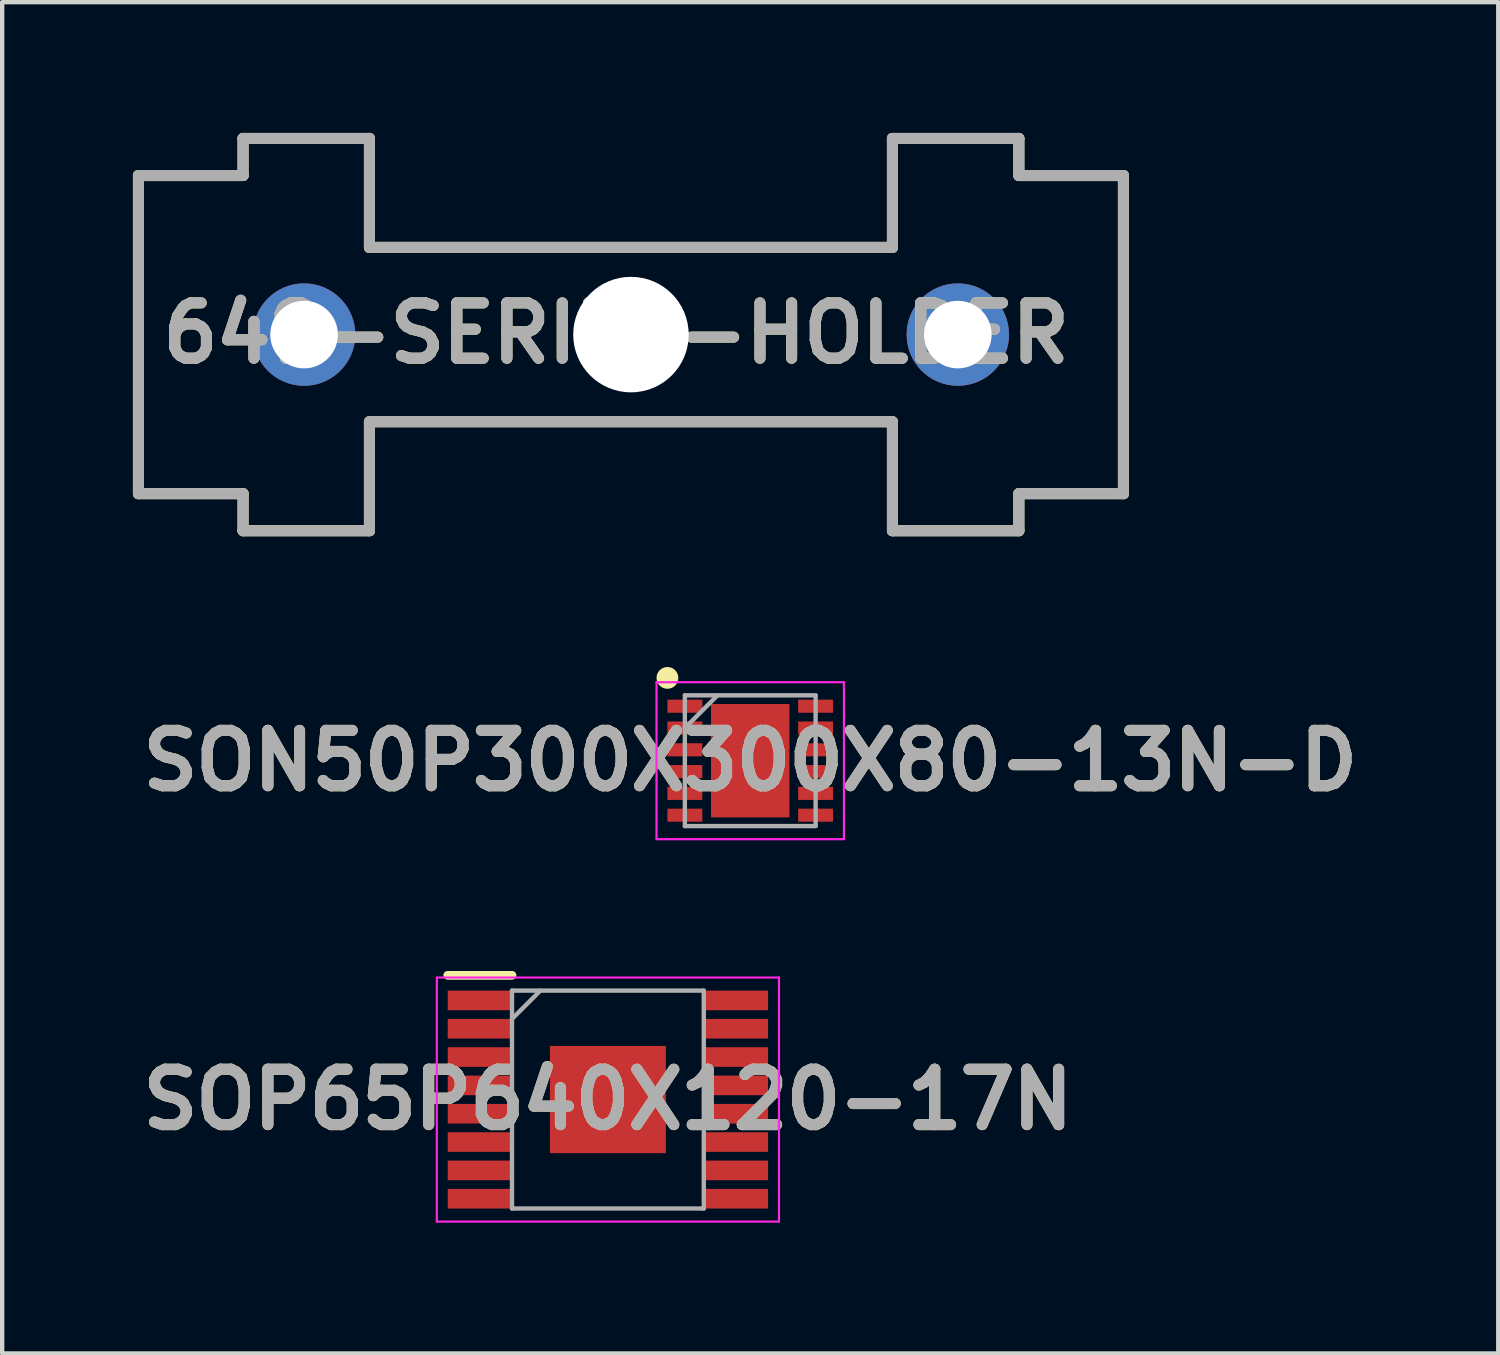
<source format=kicad_pcb>
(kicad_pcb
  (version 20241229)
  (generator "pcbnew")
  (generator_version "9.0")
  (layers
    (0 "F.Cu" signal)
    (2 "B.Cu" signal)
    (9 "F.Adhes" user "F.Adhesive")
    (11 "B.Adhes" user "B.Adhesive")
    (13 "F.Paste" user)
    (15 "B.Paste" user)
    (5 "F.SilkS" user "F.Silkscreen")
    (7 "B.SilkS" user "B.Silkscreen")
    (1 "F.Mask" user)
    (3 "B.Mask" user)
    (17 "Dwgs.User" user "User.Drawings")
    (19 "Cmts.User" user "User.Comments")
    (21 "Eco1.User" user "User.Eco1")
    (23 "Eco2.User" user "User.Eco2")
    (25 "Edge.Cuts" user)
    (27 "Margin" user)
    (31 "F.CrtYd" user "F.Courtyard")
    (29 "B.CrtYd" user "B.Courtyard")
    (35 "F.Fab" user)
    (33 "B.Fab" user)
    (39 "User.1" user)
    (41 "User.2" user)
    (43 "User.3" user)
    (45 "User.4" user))
  (footprint "649-SERIES-HOLDER"
    (layer "F.Cu")
    (at 11.427 4.627)
    (property "Reference" "649-SERIES-HOLDER" (at -0.336 -0.032 0) (layer "F.SilkS") (effects (font (size 1.27 1.27) (thickness 0.254))))
    (attr through_hole)
    (fp_line (start -11.3 -3.65) (end -11.3 3.65) (stroke (width 0.254) (type solid)) (layer "F.SilkS"))
    (fp_line (start -11.3 3.65) (end -8.9 3.65) (stroke (width 0.254) (type solid)) (layer "F.SilkS"))
    (fp_line (start -8.9 -4.5) (end -8.9 -3.65) (stroke (width 0.254) (type solid)) (layer "F.SilkS"))
    (fp_line (start -8.9 -3.65) (end -11.3 -3.65) (stroke (width 0.254) (type solid)) (layer "F.SilkS"))
    (fp_line (start -8.9 3.65) (end -8.9 4.5) (stroke (width 0.254) (type solid)) (layer "F.SilkS"))
    (fp_line (start -8.9 4.5) (end -6 4.5) (stroke (width 0.254) (type solid)) (layer "F.SilkS"))
    (fp_line (start -6 -4.5) (end -8.9 -4.5) (stroke (width 0.254) (type solid)) (layer "F.SilkS"))
    (fp_line (start -6 -2) (end -6 -4.5) (stroke (width 0.254) (type solid)) (layer "F.SilkS"))
    (fp_line (start -6 2) (end 6 2) (stroke (width 0.254) (type solid)) (layer "F.SilkS"))
    (fp_line (start -6 4.5) (end -6 2) (stroke (width 0.254) (type solid)) (layer "F.SilkS"))
    (fp_line (start 6 -4.5) (end 6 -2) (stroke (width 0.254) (type solid)) (layer "F.SilkS"))
    (fp_line (start 6 -2) (end -6 -2) (stroke (width 0.254) (type solid)) (layer "F.SilkS"))
    (fp_line (start 6 2) (end 6 4.5) (stroke (width 0.254) (type solid)) (layer "F.SilkS"))
    (fp_line (start 6 4.5) (end 8.9 4.5) (stroke (width 0.254) (type solid)) (layer "F.SilkS"))
    (fp_line (start 8.9 -4.5) (end 6 -4.5) (stroke (width 0.254) (type solid)) (layer "F.SilkS"))
    (fp_line (start 8.9 -3.65) (end 8.9 -4.5) (stroke (width 0.254) (type solid)) (layer "F.SilkS"))
    (fp_line (start 8.9 3.65) (end 11.3 3.65) (stroke (width 0.254) (type solid)) (layer "F.SilkS"))
    (fp_line (start 8.9 4.5) (end 8.9 3.65) (stroke (width 0.254) (type solid)) (layer "F.SilkS"))
    (fp_line (start 11.3 -3.65) (end 8.9 -3.65) (stroke (width 0.254) (type solid)) (layer "F.SilkS"))
    (fp_line (start 11.3 3.65) (end 11.3 -3.65) (stroke (width 0.254) (type solid)) (layer "F.SilkS"))
    (fp_line (start -11.3 3.65) (end -11.3 -3.65) (stroke (width 0.254) (type solid)) (layer "F.Fab"))
    (fp_line (start -8.9 -4.5) (end -8.9 -3.65) (stroke (width 0.254) (type solid)) (layer "F.Fab"))
    (fp_line (start -8.9 -4.5) (end -6 -4.5) (stroke (width 0.254) (type solid)) (layer "F.Fab"))
    (fp_line (start -8.9 -3.65) (end -11.3 -3.65) (stroke (width 0.254) (type solid)) (layer "F.Fab"))
    (fp_line (start -8.9 3.65) (end -11.3 3.65) (stroke (width 0.254) (type solid)) (layer "F.Fab"))
    (fp_line (start -8.9 3.65) (end -8.9 4.5) (stroke (width 0.254) (type solid)) (layer "F.Fab"))
    (fp_line (start -8.9 4.5) (end -6 4.5) (stroke (width 0.254) (type solid)) (layer "F.Fab"))
    (fp_line (start -6 -4.5) (end -6 -2) (stroke (width 0.254) (type solid)) (layer "F.Fab"))
    (fp_line (start -6 -2) (end 6 -2) (stroke (width 0.254) (type solid)) (layer "F.Fab"))
    (fp_line (start -6 2) (end -6 4.5) (stroke (width 0.254) (type solid)) (layer "F.Fab"))
    (fp_line (start -6 2) (end 6 2) (stroke (width 0.254) (type solid)) (layer "F.Fab"))
    (fp_line (start 6 -2) (end 6 -4.5) (stroke (width 0.254) (type solid)) (layer "F.Fab"))
    (fp_line (start 6 4.5) (end 6 2) (stroke (width 0.254) (type solid)) (layer "F.Fab"))
    (fp_line (start 8.9 -4.5) (end 6 -4.5) (stroke (width 0.254) (type solid)) (layer "F.Fab"))
    (fp_line (start 8.9 -3.65) (end 8.9 -4.5) (stroke (width 0.254) (type solid)) (layer "F.Fab"))
    (fp_line (start 8.9 -3.65) (end 11.3 -3.65) (stroke (width 0.254) (type solid)) (layer "F.Fab"))
    (fp_line (start 8.9 3.65) (end 11.3 3.65) (stroke (width 0.254) (type solid)) (layer "F.Fab"))
    (fp_line (start 8.9 4.5) (end 6 4.5) (stroke (width 0.254) (type solid)) (layer "F.Fab"))
    (fp_line (start 8.9 4.5) (end 8.9 3.65) (stroke (width 0.254) (type solid)) (layer "F.Fab"))
    (fp_line (start 11.3 -3.65) (end 11.3 3.65) (stroke (width 0.254) (type solid)) (layer "F.Fab"))
    (fp_text user "${REFERENCE}" (at -0.336 -0.032 0) (layer "F.Fab") (effects (font (size 1.27 1.27) (thickness 0.254))))
    (pad "" np_thru_hole circle (at 0 0) (size 2.65 2.65) (drill 2.65) (layers "*.Cu" "*.Mask"))
    (pad "1" thru_hole circle (at -7.5 0) (size 2.35 2.35) (drill 1.55) (layers "*.Cu" "*.Mask"))
    (pad "2" thru_hole circle (at 7.5 0) (size 2.35 2.35) (drill 1.55) (layers "*.Cu" "*.Mask")))
  (footprint "SOP65P640X120-17N"
    (layer "F.Cu")
    (at 10.898 22.179)
    (property "Reference" "SOP65P640X120-17N" (at 0 0 0) (layer "F.SilkS") (effects (font (size 1.27 1.27) (thickness 0.254))))
    (attr smd)
    (fp_line (start -3.675 -2.85) (end -2.2 -2.85) (stroke (width 0.2) (type solid)) (layer "F.SilkS"))
    (fp_line (start -3.925 -2.8) (end 3.925 -2.8) (stroke (width 0.05) (type solid)) (layer "F.CrtYd"))
    (fp_line (start -3.925 2.8) (end -3.925 -2.8) (stroke (width 0.05) (type solid)) (layer "F.CrtYd"))
    (fp_line (start 3.925 -2.8) (end 3.925 2.8) (stroke (width 0.05) (type solid)) (layer "F.CrtYd"))
    (fp_line (start 3.925 2.8) (end -3.925 2.8) (stroke (width 0.05) (type solid)) (layer "F.CrtYd"))
    (fp_line (start -2.2 -2.5) (end 2.2 -2.5) (stroke (width 0.1) (type solid)) (layer "F.Fab"))
    (fp_line (start -2.2 -1.85) (end -1.55 -2.5) (stroke (width 0.1) (type solid)) (layer "F.Fab"))
    (fp_line (start -2.2 2.5) (end -2.2 -2.5) (stroke (width 0.1) (type solid)) (layer "F.Fab"))
    (fp_line (start 2.2 -2.5) (end 2.2 2.5) (stroke (width 0.1) (type solid)) (layer "F.Fab"))
    (fp_line (start 2.2 2.5) (end -2.2 2.5) (stroke (width 0.1) (type solid)) (layer "F.Fab"))
    (fp_text user "${REFERENCE}" (at 0 0 0) (layer "F.Fab") (effects (font (size 1.27 1.27) (thickness 0.254))))
    (pad "1" smd rect (at -2.938 -2.275 90) (size 0.45 1.475) (layers "F.Cu" "F.Mask" "F.Paste"))
    (pad "2" smd rect (at -2.938 -1.625 90) (size 0.45 1.475) (layers "F.Cu" "F.Mask" "F.Paste"))
    (pad "3" smd rect (at -2.938 -0.975 90) (size 0.45 1.475) (layers "F.Cu" "F.Mask" "F.Paste"))
    (pad "4" smd rect (at -2.938 -0.325 90) (size 0.45 1.475) (layers "F.Cu" "F.Mask" "F.Paste"))
    (pad "5" smd rect (at -2.938 0.325 90) (size 0.45 1.475) (layers "F.Cu" "F.Mask" "F.Paste"))
    (pad "6" smd rect (at -2.938 0.975 90) (size 0.45 1.475) (layers "F.Cu" "F.Mask" "F.Paste"))
    (pad "7" smd rect (at -2.938 1.625 90) (size 0.45 1.475) (layers "F.Cu" "F.Mask" "F.Paste"))
    (pad "8" smd rect (at -2.938 2.275 90) (size 0.45 1.475) (layers "F.Cu" "F.Mask" "F.Paste"))
    (pad "9" smd rect (at 2.938 2.275 90) (size 0.45 1.475) (layers "F.Cu" "F.Mask" "F.Paste"))
    (pad "10" smd rect (at 2.938 1.625 90) (size 0.45 1.475) (layers "F.Cu" "F.Mask" "F.Paste"))
    (pad "11" smd rect (at 2.938 0.975 90) (size 0.45 1.475) (layers "F.Cu" "F.Mask" "F.Paste"))
    (pad "12" smd rect (at 2.938 0.325 90) (size 0.45 1.475) (layers "F.Cu" "F.Mask" "F.Paste"))
    (pad "13" smd rect (at 2.938 -0.325 90) (size 0.45 1.475) (layers "F.Cu" "F.Mask" "F.Paste"))
    (pad "14" smd rect (at 2.938 -0.975 90) (size 0.45 1.475) (layers "F.Cu" "F.Mask" "F.Paste"))
    (pad "15" smd rect (at 2.938 -1.625 90) (size 0.45 1.475) (layers "F.Cu" "F.Mask" "F.Paste"))
    (pad "16" smd rect (at 2.938 -2.275 90) (size 0.45 1.475) (layers "F.Cu" "F.Mask" "F.Paste"))
    (pad "17" smd rect (at 0 0 90) (size 2.46 2.66) (layers "F.Cu" "F.Mask" "F.Paste")))
  (footprint "SON50P300X300X80-13N-D"
    (layer "F.Cu")
    (at 14.164 14.404)
    (property "Reference" "SON50P300X300X80-13N-D" (at 0 0 0) (layer "F.SilkS") (effects (font (size 1.27 1.27) (thickness 0.254))))
    (attr smd)
    (fp_circle (center -1.9 -1.9) (end -1.9 -1.775) (stroke (width 0.25) (type solid)) (fill no) (layer "F.SilkS"))
    (fp_line (start -2.15 -1.8) (end 2.15 -1.8) (stroke (width 0.05) (type solid)) (layer "F.CrtYd"))
    (fp_line (start -2.15 1.8) (end -2.15 -1.8) (stroke (width 0.05) (type solid)) (layer "F.CrtYd"))
    (fp_line (start 2.15 -1.8) (end 2.15 1.8) (stroke (width 0.05) (type solid)) (layer "F.CrtYd"))
    (fp_line (start 2.15 1.8) (end -2.15 1.8) (stroke (width 0.05) (type solid)) (layer "F.CrtYd"))
    (fp_line (start -1.5 -1.5) (end 1.5 -1.5) (stroke (width 0.1) (type solid)) (layer "F.Fab"))
    (fp_line (start -1.5 -0.75) (end -0.75 -1.5) (stroke (width 0.1) (type solid)) (layer "F.Fab"))
    (fp_line (start -1.5 1.5) (end -1.5 -1.5) (stroke (width 0.1) (type solid)) (layer "F.Fab"))
    (fp_line (start 1.5 -1.5) (end 1.5 1.5) (stroke (width 0.1) (type solid)) (layer "F.Fab"))
    (fp_line (start 1.5 1.5) (end -1.5 1.5) (stroke (width 0.1) (type solid)) (layer "F.Fab"))
    (fp_text user "${REFERENCE}" (at 0 0 0) (layer "F.Fab") (effects (font (size 1.27 1.27) (thickness 0.254))))
    (pad "1" smd rect (at -1.5 -1.25 90) (size 0.3 0.8) (layers "F.Cu" "F.Mask" "F.Paste"))
    (pad "2" smd rect (at -1.5 -0.75 90) (size 0.3 0.8) (layers "F.Cu" "F.Mask" "F.Paste"))
    (pad "3" smd rect (at -1.5 -0.25 90) (size 0.3 0.8) (layers "F.Cu" "F.Mask" "F.Paste"))
    (pad "4" smd rect (at -1.5 0.25 90) (size 0.3 0.8) (layers "F.Cu" "F.Mask" "F.Paste"))
    (pad "5" smd rect (at -1.5 0.75 90) (size 0.3 0.8) (layers "F.Cu" "F.Mask" "F.Paste"))
    (pad "6" smd rect (at -1.5 1.25 90) (size 0.3 0.8) (layers "F.Cu" "F.Mask" "F.Paste"))
    (pad "7" smd rect (at 1.5 1.25 90) (size 0.3 0.8) (layers "F.Cu" "F.Mask" "F.Paste"))
    (pad "8" smd rect (at 1.5 0.75 90) (size 0.3 0.8) (layers "F.Cu" "F.Mask" "F.Paste"))
    (pad "9" smd rect (at 1.5 0.25 90) (size 0.3 0.8) (layers "F.Cu" "F.Mask" "F.Paste"))
    (pad "10" smd rect (at 1.5 -0.25 90) (size 0.3 0.8) (layers "F.Cu" "F.Mask" "F.Paste"))
    (pad "11" smd rect (at 1.5 -0.75 90) (size 0.3 0.8) (layers "F.Cu" "F.Mask" "F.Paste"))
    (pad "12" smd rect (at 1.5 -1.25 90) (size 0.3 0.8) (layers "F.Cu" "F.Mask" "F.Paste"))
    (pad "13" smd rect (at 0 0) (size 1.8 2.6) (layers "F.Cu" "F.Mask" "F.Paste")))
  (gr_rect
    (start -3 -3)
    (end 31.327 28.004)
    (stroke (width 0.1) (type default))
    (fill no)
    (layer "Edge.Cuts")))
</source>
